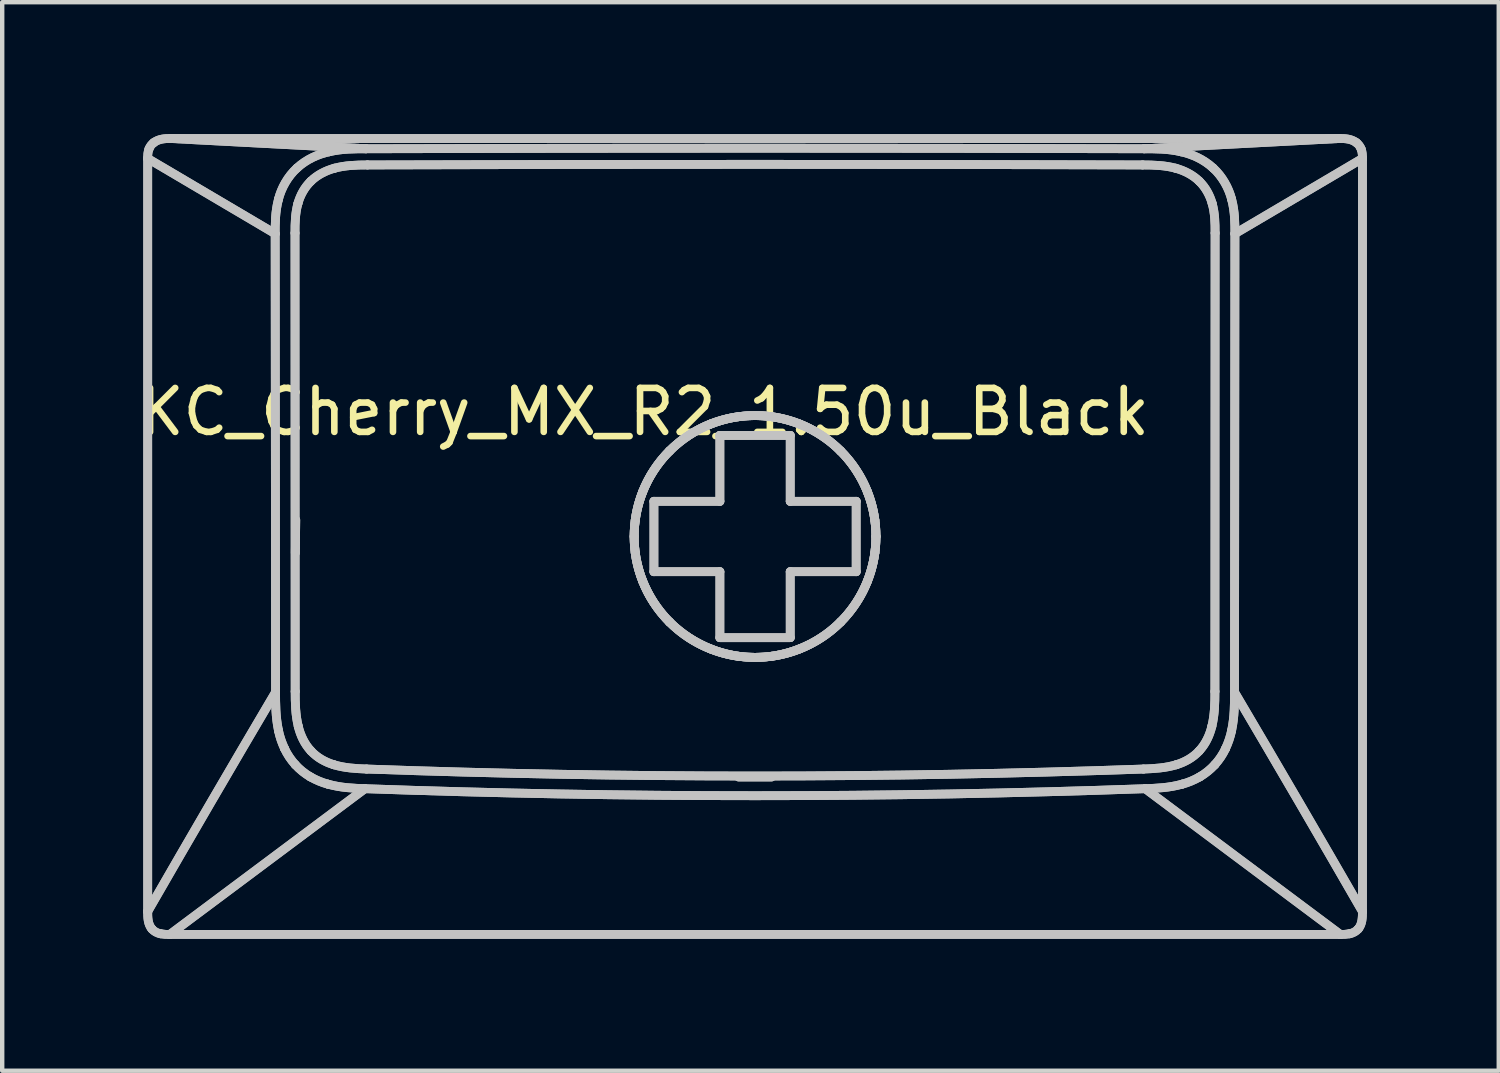
<source format=kicad_pcb>
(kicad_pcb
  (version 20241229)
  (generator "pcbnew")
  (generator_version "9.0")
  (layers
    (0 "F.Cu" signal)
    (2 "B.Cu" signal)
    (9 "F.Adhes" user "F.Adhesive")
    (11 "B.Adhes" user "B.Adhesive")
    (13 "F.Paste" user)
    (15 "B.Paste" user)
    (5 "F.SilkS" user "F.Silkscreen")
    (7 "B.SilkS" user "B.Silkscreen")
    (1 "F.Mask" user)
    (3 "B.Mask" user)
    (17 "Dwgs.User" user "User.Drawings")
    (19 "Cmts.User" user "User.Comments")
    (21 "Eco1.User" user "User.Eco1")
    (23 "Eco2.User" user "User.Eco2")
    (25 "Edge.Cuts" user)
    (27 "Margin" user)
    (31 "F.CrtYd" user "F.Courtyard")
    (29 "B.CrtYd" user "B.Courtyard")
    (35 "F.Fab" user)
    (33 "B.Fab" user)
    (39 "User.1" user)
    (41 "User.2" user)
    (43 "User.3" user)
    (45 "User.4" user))
  (footprint "KC_Cherry_MX_R2_1.50u_Black"
    (layer "F.Cu")
    (at 14.141 9.111)
    (property "Reference" "KC_Cherry_MX_R2_1.50u_Black" (at -2.54 -2.794 0) (layer "F.SilkS") (effects (font (size 1 1) (thickness 0.15))))
    (attr allow_missing_courtyard)
    (fp_line (start -13.832 -8.557) (end -13.832 8.568) (stroke (width 0.2) (type default)) (layer "Dwgs.User"))
    (fp_line (start -13.832 -8.557) (end -13.832 8.568) (stroke (width 0.2) (type default)) (layer "Dwgs.User"))
    (fp_line (start -13.328 9.089) (end 13.288 9.089) (stroke (width 0.2) (type default)) (layer "Dwgs.User"))
    (fp_line (start -13.328 9.089) (end 13.288 9.089) (stroke (width 0.2) (type default)) (layer "Dwgs.User"))
    (fp_line (start -10.933 -6.846) (end -13.832 -8.557) (stroke (width 0.2) (type default)) (layer "Dwgs.User"))
    (fp_line (start -10.933 -6.846) (end -13.832 -8.557) (stroke (width 0.2) (type default)) (layer "Dwgs.User"))
    (fp_line (start -10.924 3.58) (end -10.933 -6.846) (stroke (width 0.2) (type default)) (layer "Dwgs.User"))
    (fp_line (start -10.924 3.58) (end -10.933 -6.846) (stroke (width 0.2) (type default)) (layer "Dwgs.User"))
    (fp_line (start -10.478 3.564) (end -10.482 -6.861) (stroke (width 0.2) (type default)) (layer "Dwgs.User"))
    (fp_line (start -10.478 3.564) (end -10.482 -6.861) (stroke (width 0.2) (type default)) (layer "Dwgs.User"))
    (fp_line (start -10.465 -0.336) (end -10.475 0.414) (stroke (width 0.2) (type default)) (layer "Dwgs.User"))
    (fp_line (start -10.465 -0.336) (end -10.475 0.414) (stroke (width 0.2) (type default)) (layer "Dwgs.User"))
    (fp_line (start -8.892 5.775) (end -13.328 9.089) (stroke (width 0.2) (type default)) (layer "Dwgs.User"))
    (fp_line (start -8.892 5.775) (end -13.328 9.089) (stroke (width 0.2) (type default)) (layer "Dwgs.User"))
    (fp_line (start -8.867 -8.778) (end -13.302 -9.011) (stroke (width 0.2) (type default)) (layer "Dwgs.User"))
    (fp_line (start -8.867 -8.778) (end -13.302 -9.011) (stroke (width 0.2) (type default)) (layer "Dwgs.User"))
    (fp_line (start -2.32 -0.76) (end -0.82 -0.76) (stroke (width 0.2) (type default)) (layer "Dwgs.User"))
    (fp_line (start -2.32 -0.76) (end -0.82 -0.76) (stroke (width 0.2) (type default)) (layer "Dwgs.User"))
    (fp_line (start -2.32 0.84) (end -2.32 -0.76) (stroke (width 0.2) (type default)) (layer "Dwgs.User"))
    (fp_line (start -2.32 0.84) (end -2.32 -0.76) (stroke (width 0.2) (type default)) (layer "Dwgs.User"))
    (fp_line (start -0.82 -2.26) (end 0.78 -2.26) (stroke (width 0.2) (type default)) (layer "Dwgs.User"))
    (fp_line (start -0.82 -2.26) (end 0.78 -2.26) (stroke (width 0.2) (type default)) (layer "Dwgs.User"))
    (fp_line (start -0.82 -0.76) (end -0.82 -2.26) (stroke (width 0.2) (type default)) (layer "Dwgs.User"))
    (fp_line (start -0.82 -0.76) (end -0.82 -2.26) (stroke (width 0.2) (type default)) (layer "Dwgs.User"))
    (fp_line (start -0.82 0.84) (end -2.32 0.84) (stroke (width 0.2) (type default)) (layer "Dwgs.User"))
    (fp_line (start -0.82 0.84) (end -2.32 0.84) (stroke (width 0.2) (type default)) (layer "Dwgs.User"))
    (fp_line (start -0.82 2.34) (end -0.82 0.84) (stroke (width 0.2) (type default)) (layer "Dwgs.User"))
    (fp_line (start -0.82 2.34) (end -0.82 0.84) (stroke (width 0.2) (type default)) (layer "Dwgs.User"))
    (fp_line (start 0.355 5.509) (end -0.395 5.509) (stroke (width 0.2) (type default)) (layer "Dwgs.User"))
    (fp_line (start 0.355 5.509) (end -0.395 5.509) (stroke (width 0.2) (type default)) (layer "Dwgs.User"))
    (fp_line (start 0.78 -2.26) (end 0.78 -0.76) (stroke (width 0.2) (type default)) (layer "Dwgs.User"))
    (fp_line (start 0.78 -2.26) (end 0.78 -0.76) (stroke (width 0.2) (type default)) (layer "Dwgs.User"))
    (fp_line (start 0.78 -0.76) (end 2.28 -0.76) (stroke (width 0.2) (type default)) (layer "Dwgs.User"))
    (fp_line (start 0.78 -0.76) (end 2.28 -0.76) (stroke (width 0.2) (type default)) (layer "Dwgs.User"))
    (fp_line (start 0.78 0.84) (end 0.78 2.34) (stroke (width 0.2) (type default)) (layer "Dwgs.User"))
    (fp_line (start 0.78 0.84) (end 0.78 2.34) (stroke (width 0.2) (type default)) (layer "Dwgs.User"))
    (fp_line (start 0.78 2.34) (end -0.82 2.34) (stroke (width 0.2) (type default)) (layer "Dwgs.User"))
    (fp_line (start 0.78 2.34) (end -0.82 2.34) (stroke (width 0.2) (type default)) (layer "Dwgs.User"))
    (fp_line (start 2.28 -0.76) (end 2.28 0.84) (stroke (width 0.2) (type default)) (layer "Dwgs.User"))
    (fp_line (start 2.28 -0.76) (end 2.28 0.84) (stroke (width 0.2) (type default)) (layer "Dwgs.User"))
    (fp_line (start 2.28 0.84) (end 0.78 0.84) (stroke (width 0.2) (type default)) (layer "Dwgs.User"))
    (fp_line (start 2.28 0.84) (end 0.78 0.84) (stroke (width 0.2) (type default)) (layer "Dwgs.User"))
    (fp_line (start 8.852 5.775) (end 13.288 9.089) (stroke (width 0.2) (type default)) (layer "Dwgs.User"))
    (fp_line (start 8.852 5.775) (end 13.288 9.089) (stroke (width 0.2) (type default)) (layer "Dwgs.User"))
    (fp_line (start 10.442 -6.861) (end 10.438 3.564) (stroke (width 0.2) (type default)) (layer "Dwgs.User"))
    (fp_line (start 10.442 -6.861) (end 10.438 3.564) (stroke (width 0.2) (type default)) (layer "Dwgs.User"))
    (fp_line (start 10.893 -6.846) (end 10.884 3.58) (stroke (width 0.2) (type default)) (layer "Dwgs.User"))
    (fp_line (start 10.893 -6.846) (end 10.884 3.58) (stroke (width 0.2) (type default)) (layer "Dwgs.User"))
    (fp_line (start 13.262 -9.011) (end -13.302 -9.011) (stroke (width 0.2) (type default)) (layer "Dwgs.User"))
    (fp_line (start 13.262 -9.011) (end -13.302 -9.011) (stroke (width 0.2) (type default)) (layer "Dwgs.User"))
    (fp_line (start 13.262 -9.011) (end 8.827 -8.778) (stroke (width 0.2) (type default)) (layer "Dwgs.User"))
    (fp_line (start 13.262 -9.011) (end 8.827 -8.778) (stroke (width 0.2) (type default)) (layer "Dwgs.User"))
    (fp_line (start 13.793 -8.557) (end 10.893 -6.846) (stroke (width 0.2) (type default)) (layer "Dwgs.User"))
    (fp_line (start 13.793 -8.557) (end 10.893 -6.846) (stroke (width 0.2) (type default)) (layer "Dwgs.User"))
    (fp_line (start 13.793 8.568) (end 13.793 -8.557) (stroke (width 0.2) (type default)) (layer "Dwgs.User"))
    (fp_line (start 13.793 8.568) (end 13.793 -8.557) (stroke (width 0.2) (type default)) (layer "Dwgs.User"))
    (fp_curve (pts (xy -13.832 8.568) (xy -13.833 8.703) (xy -13.83 8.853) (xy -13.739 8.962)) (stroke (width 0.2) (type default)) (layer "Dwgs.User"))
    (fp_curve (pts (xy -13.832 8.568) (xy -13.833 8.703) (xy -13.83 8.853) (xy -13.739 8.962)) (stroke (width 0.2) (type default)) (layer "Dwgs.User"))
    (fp_curve (pts (xy -13.802 -8.775) (xy -13.83 -8.706) (xy -13.833 -8.631) (xy -13.832 -8.557)) (stroke (width 0.2) (type default)) (layer "Dwgs.User"))
    (fp_curve (pts (xy -13.802 -8.775) (xy -13.83 -8.706) (xy -13.833 -8.631) (xy -13.832 -8.557)) (stroke (width 0.2) (type default)) (layer "Dwgs.User"))
    (fp_curve (pts (xy -13.739 8.962) (xy -13.689 9.022) (xy -13.616 9.059) (xy -13.54 9.074)) (stroke (width 0.2) (type default)) (layer "Dwgs.User"))
    (fp_curve (pts (xy -13.739 8.962) (xy -13.689 9.022) (xy -13.616 9.059) (xy -13.54 9.074)) (stroke (width 0.2) (type default)) (layer "Dwgs.User"))
    (fp_curve (pts (xy -13.696 -8.916) (xy -13.744 -8.879) (xy -13.78 -8.832) (xy -13.802 -8.775)) (stroke (width 0.2) (type default)) (layer "Dwgs.User"))
    (fp_curve (pts (xy -13.696 -8.916) (xy -13.744 -8.879) (xy -13.78 -8.832) (xy -13.802 -8.775)) (stroke (width 0.2) (type default)) (layer "Dwgs.User"))
    (fp_curve (pts (xy -13.54 9.074) (xy -13.47 9.087) (xy -13.399 9.092) (xy -13.328 9.089)) (stroke (width 0.2) (type default)) (layer "Dwgs.User"))
    (fp_curve (pts (xy -13.54 9.074) (xy -13.47 9.087) (xy -13.399 9.092) (xy -13.328 9.089)) (stroke (width 0.2) (type default)) (layer "Dwgs.User"))
    (fp_curve (pts (xy -13.302 -9.011) (xy -13.437 -9.013) (xy -13.585 -9.003) (xy -13.696 -8.916)) (stroke (width 0.2) (type default)) (layer "Dwgs.User"))
    (fp_curve (pts (xy -13.302 -9.011) (xy -13.437 -9.013) (xy -13.585 -9.003) (xy -13.696 -8.916)) (stroke (width 0.2) (type default)) (layer "Dwgs.User"))
    (fp_curve (pts (xy -10.933 -6.846) (xy -10.932 -7.072) (xy -10.935 -7.338) (xy -10.858 -7.63)) (stroke (width 0.2) (type default)) (layer "Dwgs.User"))
    (fp_curve (pts (xy -10.933 -6.846) (xy -10.932 -7.072) (xy -10.935 -7.338) (xy -10.858 -7.63)) (stroke (width 0.2) (type default)) (layer "Dwgs.User"))
    (fp_curve (pts (xy -10.924 3.58) (xy -11.907 5.244) (xy -12.876 6.907) (xy -13.832 8.568)) (stroke (width 0.2) (type default)) (layer "Dwgs.User"))
    (fp_curve (pts (xy -10.924 3.58) (xy -11.907 5.244) (xy -12.876 6.907) (xy -13.832 8.568)) (stroke (width 0.2) (type default)) (layer "Dwgs.User"))
    (fp_curve (pts (xy -10.858 -7.63) (xy -10.793 -7.883) (xy -10.648 -8.148) (xy -10.439 -8.338)) (stroke (width 0.2) (type default)) (layer "Dwgs.User"))
    (fp_curve (pts (xy -10.858 -7.63) (xy -10.793 -7.883) (xy -10.648 -8.148) (xy -10.439 -8.338)) (stroke (width 0.2) (type default)) (layer "Dwgs.User"))
    (fp_curve (pts (xy -10.857 4.457) (xy -10.925 4.137) (xy -10.923 3.846) (xy -10.924 3.58)) (stroke (width 0.2) (type default)) (layer "Dwgs.User"))
    (fp_curve (pts (xy -10.857 4.457) (xy -10.925 4.137) (xy -10.923 3.846) (xy -10.924 3.58)) (stroke (width 0.2) (type default)) (layer "Dwgs.User"))
    (fp_curve (pts (xy -10.719 4.865) (xy -10.784 4.727) (xy -10.829 4.591) (xy -10.857 4.457)) (stroke (width 0.2) (type default)) (layer "Dwgs.User"))
    (fp_curve (pts (xy -10.719 4.865) (xy -10.784 4.727) (xy -10.829 4.591) (xy -10.857 4.457)) (stroke (width 0.2) (type default)) (layer "Dwgs.User"))
    (fp_curve (pts (xy -10.482 -6.861) (xy -10.483 -7.087) (xy -10.477 -7.317) (xy -10.415 -7.535)) (stroke (width 0.2) (type default)) (layer "Dwgs.User"))
    (fp_curve (pts (xy -10.482 -6.861) (xy -10.483 -7.087) (xy -10.477 -7.317) (xy -10.415 -7.535)) (stroke (width 0.2) (type default)) (layer "Dwgs.User"))
    (fp_curve (pts (xy -10.476 5.229) (xy -10.578 5.115) (xy -10.659 4.994) (xy -10.719 4.865)) (stroke (width 0.2) (type default)) (layer "Dwgs.User"))
    (fp_curve (pts (xy -10.476 5.229) (xy -10.578 5.115) (xy -10.659 4.994) (xy -10.719 4.865)) (stroke (width 0.2) (type default)) (layer "Dwgs.User"))
    (fp_curve (pts (xy -10.439 -8.338) (xy -10.219 -8.542) (xy -9.953 -8.655) (xy -9.705 -8.71)) (stroke (width 0.2) (type default)) (layer "Dwgs.User"))
    (fp_curve (pts (xy -10.439 -8.338) (xy -10.219 -8.542) (xy -9.953 -8.655) (xy -9.705 -8.71)) (stroke (width 0.2) (type default)) (layer "Dwgs.User"))
    (fp_curve (pts (xy -10.415 -7.535) (xy -10.362 -7.724) (xy -10.264 -7.901) (xy -10.124 -8.038)) (stroke (width 0.2) (type default)) (layer "Dwgs.User"))
    (fp_curve (pts (xy -10.415 -7.535) (xy -10.362 -7.724) (xy -10.264 -7.901) (xy -10.124 -8.038)) (stroke (width 0.2) (type default)) (layer "Dwgs.User"))
    (fp_curve (pts (xy -10.408 4.357) (xy -10.472 4.099) (xy -10.478 3.83) (xy -10.478 3.564)) (stroke (width 0.2) (type default)) (layer "Dwgs.User"))
    (fp_curve (pts (xy -10.408 4.357) (xy -10.472 4.099) (xy -10.478 3.83) (xy -10.478 3.564)) (stroke (width 0.2) (type default)) (layer "Dwgs.User"))
    (fp_curve (pts (xy -10.133 5.506) (xy -10.259 5.432) (xy -10.374 5.34) (xy -10.476 5.229)) (stroke (width 0.2) (type default)) (layer "Dwgs.User"))
    (fp_curve (pts (xy -10.133 5.506) (xy -10.259 5.432) (xy -10.374 5.34) (xy -10.476 5.229)) (stroke (width 0.2) (type default)) (layer "Dwgs.User"))
    (fp_curve (pts (xy -10.124 -8.038) (xy -9.976 -8.183) (xy -9.785 -8.28) (xy -9.586 -8.335)) (stroke (width 0.2) (type default)) (layer "Dwgs.User"))
    (fp_curve (pts (xy -10.124 -8.038) (xy -9.976 -8.183) (xy -9.785 -8.28) (xy -9.586 -8.335)) (stroke (width 0.2) (type default)) (layer "Dwgs.User"))
    (fp_curve (pts (xy -10.12 4.916) (xy -10.265 4.761) (xy -10.358 4.563) (xy -10.408 4.357)) (stroke (width 0.2) (type default)) (layer "Dwgs.User"))
    (fp_curve (pts (xy -10.12 4.916) (xy -10.265 4.761) (xy -10.358 4.563) (xy -10.408 4.357)) (stroke (width 0.2) (type default)) (layer "Dwgs.User"))
    (fp_curve (pts (xy -9.737 5.671) (xy -9.868 5.636) (xy -10.001 5.581) (xy -10.133 5.506)) (stroke (width 0.2) (type default)) (layer "Dwgs.User"))
    (fp_curve (pts (xy -9.737 5.671) (xy -9.868 5.636) (xy -10.001 5.581) (xy -10.133 5.506)) (stroke (width 0.2) (type default)) (layer "Dwgs.User"))
    (fp_curve (pts (xy -9.705 -8.71) (xy -9.403 -8.78) (xy -9.119 -8.776) (xy -8.867 -8.778)) (stroke (width 0.2) (type default)) (layer "Dwgs.User"))
    (fp_curve (pts (xy -9.705 -8.71) (xy -9.403 -8.78) (xy -9.119 -8.776) (xy -8.867 -8.778)) (stroke (width 0.2) (type default)) (layer "Dwgs.User"))
    (fp_curve (pts (xy -9.6 5.23) (xy -9.795 5.171) (xy -9.98 5.068) (xy -10.12 4.916)) (stroke (width 0.2) (type default)) (layer "Dwgs.User"))
    (fp_curve (pts (xy -9.6 5.23) (xy -9.795 5.171) (xy -9.98 5.068) (xy -10.12 4.916)) (stroke (width 0.2) (type default)) (layer "Dwgs.User"))
    (fp_curve (pts (xy -9.586 -8.335) (xy -9.343 -8.401) (xy -9.086 -8.41) (xy -8.834 -8.41)) (stroke (width 0.2) (type default)) (layer "Dwgs.User"))
    (fp_curve (pts (xy -9.586 -8.335) (xy -9.343 -8.401) (xy -9.086 -8.41) (xy -8.834 -8.41)) (stroke (width 0.2) (type default)) (layer "Dwgs.User"))
    (fp_curve (pts (xy -8.892 5.775) (xy -9.144 5.765) (xy -9.426 5.758) (xy -9.737 5.671)) (stroke (width 0.2) (type default)) (layer "Dwgs.User"))
    (fp_curve (pts (xy -8.892 5.775) (xy -9.144 5.765) (xy -9.426 5.758) (xy -9.737 5.671)) (stroke (width 0.2) (type default)) (layer "Dwgs.User"))
    (fp_curve (pts (xy -8.867 -8.778) (xy -2.983 -8.795) (xy 2.943 -8.795) (xy 8.827 -8.778)) (stroke (width 0.2) (type default)) (layer "Dwgs.User"))
    (fp_curve (pts (xy -8.867 -8.778) (xy -2.983 -8.795) (xy 2.943 -8.795) (xy 8.827 -8.778)) (stroke (width 0.2) (type default)) (layer "Dwgs.User"))
    (fp_curve (pts (xy -8.854 5.328) (xy -9.105 5.319) (xy -9.358 5.304) (xy -9.6 5.23)) (stroke (width 0.2) (type default)) (layer "Dwgs.User"))
    (fp_curve (pts (xy -8.854 5.328) (xy -9.105 5.319) (xy -9.358 5.304) (xy -9.6 5.23)) (stroke (width 0.2) (type default)) (layer "Dwgs.User"))
    (fp_curve (pts (xy -8.834 -8.41) (xy -2.972 -8.428) (xy 2.932 -8.428) (xy 8.794 -8.41)) (stroke (width 0.2) (type default)) (layer "Dwgs.User"))
    (fp_curve (pts (xy -8.834 -8.41) (xy -2.972 -8.428) (xy 2.932 -8.428) (xy 8.794 -8.41)) (stroke (width 0.2) (type default)) (layer "Dwgs.User"))
    (fp_curve (pts (xy -2.77 0.039) (xy -2.77 0.363) (xy -2.711 0.713) (xy -2.577 1.052)) (stroke (width 0.2) (type default)) (layer "Dwgs.User"))
    (fp_curve (pts (xy -2.77 0.039) (xy -2.77 0.363) (xy -2.711 0.713) (xy -2.577 1.052)) (stroke (width 0.2) (type default)) (layer "Dwgs.User"))
    (fp_curve (pts (xy -2.744 0.414) (xy -2.663 1.005) (xy -2.391 1.557) (xy -1.965 1.984)) (stroke (width 0.2) (type default)) (layer "Dwgs.User"))
    (fp_curve (pts (xy -2.744 0.414) (xy -2.663 1.005) (xy -2.391 1.557) (xy -1.965 1.984)) (stroke (width 0.2) (type default)) (layer "Dwgs.User"))
    (fp_curve (pts (xy -2.744 -0.336) (xy -2.779 -0.086) (xy -2.779 0.164) (xy -2.744 0.414)) (stroke (width 0.2) (type default)) (layer "Dwgs.User"))
    (fp_curve (pts (xy -2.744 -0.336) (xy -2.779 -0.086) (xy -2.779 0.164) (xy -2.744 0.414)) (stroke (width 0.2) (type default)) (layer "Dwgs.User"))
    (fp_curve (pts (xy -2.577 -0.973) (xy -2.711 -0.634) (xy -2.77 -0.284) (xy -2.77 0.039)) (stroke (width 0.2) (type default)) (layer "Dwgs.User"))
    (fp_curve (pts (xy -2.577 -0.973) (xy -2.711 -0.634) (xy -2.77 -0.284) (xy -2.77 0.039)) (stroke (width 0.2) (type default)) (layer "Dwgs.User"))
    (fp_curve (pts (xy -2.577 1.052) (xy -2.444 1.39) (xy -2.234 1.716) (xy -1.965 1.984)) (stroke (width 0.2) (type default)) (layer "Dwgs.User"))
    (fp_curve (pts (xy -2.577 1.052) (xy -2.444 1.39) (xy -2.234 1.716) (xy -1.965 1.984)) (stroke (width 0.2) (type default)) (layer "Dwgs.User"))
    (fp_curve (pts (xy -1.965 -1.905) (xy -2.391 -1.479) (xy -2.663 -0.927) (xy -2.744 -0.336)) (stroke (width 0.2) (type default)) (layer "Dwgs.User"))
    (fp_curve (pts (xy -1.965 -1.905) (xy -2.391 -1.479) (xy -2.663 -0.927) (xy -2.744 -0.336)) (stroke (width 0.2) (type default)) (layer "Dwgs.User"))
    (fp_curve (pts (xy -1.965 -1.905) (xy -2.234 -1.637) (xy -2.444 -1.311) (xy -2.577 -0.973)) (stroke (width 0.2) (type default)) (layer "Dwgs.User"))
    (fp_curve (pts (xy -1.965 -1.905) (xy -2.234 -1.637) (xy -2.444 -1.311) (xy -2.577 -0.973)) (stroke (width 0.2) (type default)) (layer "Dwgs.User"))
    (fp_curve (pts (xy -1.965 1.984) (xy -1.696 2.253) (xy -1.371 2.463) (xy -1.032 2.596)) (stroke (width 0.2) (type default)) (layer "Dwgs.User"))
    (fp_curve (pts (xy -1.965 1.984) (xy -1.696 2.253) (xy -1.371 2.463) (xy -1.032 2.596)) (stroke (width 0.2) (type default)) (layer "Dwgs.User"))
    (fp_curve (pts (xy -1.965 1.984) (xy -1.545 2.406) (xy -0.984 2.684) (xy -0.395 2.764)) (stroke (width 0.2) (type default)) (layer "Dwgs.User"))
    (fp_curve (pts (xy -1.965 1.984) (xy -1.545 2.406) (xy -0.984 2.684) (xy -0.395 2.764)) (stroke (width 0.2) (type default)) (layer "Dwgs.User"))
    (fp_curve (pts (xy -1.032 -2.518) (xy -1.371 -2.384) (xy -1.696 -2.174) (xy -1.965 -1.905)) (stroke (width 0.2) (type default)) (layer "Dwgs.User"))
    (fp_curve (pts (xy -1.032 -2.518) (xy -1.371 -2.384) (xy -1.696 -2.174) (xy -1.965 -1.905)) (stroke (width 0.2) (type default)) (layer "Dwgs.User"))
    (fp_curve (pts (xy -1.032 2.596) (xy -0.693 2.731) (xy -0.344 2.79) (xy -0.02 2.789)) (stroke (width 0.2) (type default)) (layer "Dwgs.User"))
    (fp_curve (pts (xy -1.032 2.596) (xy -0.693 2.731) (xy -0.344 2.79) (xy -0.02 2.789)) (stroke (width 0.2) (type default)) (layer "Dwgs.User"))
    (fp_curve (pts (xy -0.395 -2.685) (xy -0.984 -2.605) (xy -1.545 -2.327) (xy -1.965 -1.905)) (stroke (width 0.2) (type default)) (layer "Dwgs.User"))
    (fp_curve (pts (xy -0.395 -2.685) (xy -0.984 -2.605) (xy -1.545 -2.327) (xy -1.965 -1.905)) (stroke (width 0.2) (type default)) (layer "Dwgs.User"))
    (fp_curve (pts (xy -0.395 -2.685) (xy -0.145 -2.719) (xy 0.105 -2.719) (xy 0.355 -2.685)) (stroke (width 0.2) (type default)) (layer "Dwgs.User"))
    (fp_curve (pts (xy -0.395 -2.685) (xy -0.145 -2.719) (xy 0.105 -2.719) (xy 0.355 -2.685)) (stroke (width 0.2) (type default)) (layer "Dwgs.User"))
    (fp_curve (pts (xy -0.02 -2.711) (xy -0.344 -2.711) (xy -0.693 -2.652) (xy -1.032 -2.518)) (stroke (width 0.2) (type default)) (layer "Dwgs.User"))
    (fp_curve (pts (xy -0.02 -2.711) (xy -0.344 -2.711) (xy -0.693 -2.652) (xy -1.032 -2.518)) (stroke (width 0.2) (type default)) (layer "Dwgs.User"))
    (fp_curve (pts (xy -0.02 2.789) (xy 0.304 2.79) (xy 0.653 2.731) (xy 0.992 2.596)) (stroke (width 0.2) (type default)) (layer "Dwgs.User"))
    (fp_curve (pts (xy -0.02 2.789) (xy 0.304 2.79) (xy 0.653 2.731) (xy 0.992 2.596)) (stroke (width 0.2) (type default)) (layer "Dwgs.User"))
    (fp_curve (pts (xy 0.355 2.764) (xy 0.105 2.798) (xy -0.145 2.798) (xy -0.395 2.764)) (stroke (width 0.2) (type default)) (layer "Dwgs.User"))
    (fp_curve (pts (xy 0.355 2.764) (xy 0.105 2.798) (xy -0.145 2.798) (xy -0.395 2.764)) (stroke (width 0.2) (type default)) (layer "Dwgs.User"))
    (fp_curve (pts (xy 0.355 2.764) (xy 0.944 2.684) (xy 1.505 2.406) (xy 1.925 1.984)) (stroke (width 0.2) (type default)) (layer "Dwgs.User"))
    (fp_curve (pts (xy 0.355 2.764) (xy 0.944 2.684) (xy 1.505 2.406) (xy 1.925 1.984)) (stroke (width 0.2) (type default)) (layer "Dwgs.User"))
    (fp_curve (pts (xy 0.992 -2.518) (xy 0.653 -2.652) (xy 0.304 -2.711) (xy -0.02 -2.711)) (stroke (width 0.2) (type default)) (layer "Dwgs.User"))
    (fp_curve (pts (xy 0.992 -2.518) (xy 0.653 -2.652) (xy 0.304 -2.711) (xy -0.02 -2.711)) (stroke (width 0.2) (type default)) (layer "Dwgs.User"))
    (fp_curve (pts (xy 0.992 2.596) (xy 1.331 2.463) (xy 1.656 2.253) (xy 1.925 1.984)) (stroke (width 0.2) (type default)) (layer "Dwgs.User"))
    (fp_curve (pts (xy 0.992 2.596) (xy 1.331 2.463) (xy 1.656 2.253) (xy 1.925 1.984)) (stroke (width 0.2) (type default)) (layer "Dwgs.User"))
    (fp_curve (pts (xy 1.925 -1.905) (xy 1.505 -2.327) (xy 0.944 -2.605) (xy 0.355 -2.685)) (stroke (width 0.2) (type default)) (layer "Dwgs.User"))
    (fp_curve (pts (xy 1.925 -1.905) (xy 1.505 -2.327) (xy 0.944 -2.605) (xy 0.355 -2.685)) (stroke (width 0.2) (type default)) (layer "Dwgs.User"))
    (fp_curve (pts (xy 1.925 -1.905) (xy 1.656 -2.174) (xy 1.331 -2.384) (xy 0.992 -2.518)) (stroke (width 0.2) (type default)) (layer "Dwgs.User"))
    (fp_curve (pts (xy 1.925 -1.905) (xy 1.656 -2.174) (xy 1.331 -2.384) (xy 0.992 -2.518)) (stroke (width 0.2) (type default)) (layer "Dwgs.User"))
    (fp_curve (pts (xy 1.925 1.984) (xy 2.194 1.716) (xy 2.404 1.39) (xy 2.537 1.052)) (stroke (width 0.2) (type default)) (layer "Dwgs.User"))
    (fp_curve (pts (xy 1.925 1.984) (xy 2.194 1.716) (xy 2.404 1.39) (xy 2.537 1.052)) (stroke (width 0.2) (type default)) (layer "Dwgs.User"))
    (fp_curve (pts (xy 1.925 1.984) (xy 2.351 1.557) (xy 2.623 1.005) (xy 2.704 0.414)) (stroke (width 0.2) (type default)) (layer "Dwgs.User"))
    (fp_curve (pts (xy 1.925 1.984) (xy 2.351 1.557) (xy 2.623 1.005) (xy 2.704 0.414)) (stroke (width 0.2) (type default)) (layer "Dwgs.User"))
    (fp_curve (pts (xy 2.537 -0.973) (xy 2.404 -1.311) (xy 2.194 -1.637) (xy 1.925 -1.905)) (stroke (width 0.2) (type default)) (layer "Dwgs.User"))
    (fp_curve (pts (xy 2.537 -0.973) (xy 2.404 -1.311) (xy 2.194 -1.637) (xy 1.925 -1.905)) (stroke (width 0.2) (type default)) (layer "Dwgs.User"))
    (fp_curve (pts (xy 2.537 1.052) (xy 2.671 0.713) (xy 2.73 0.363) (xy 2.73 0.039)) (stroke (width 0.2) (type default)) (layer "Dwgs.User"))
    (fp_curve (pts (xy 2.537 1.052) (xy 2.671 0.713) (xy 2.73 0.363) (xy 2.73 0.039)) (stroke (width 0.2) (type default)) (layer "Dwgs.User"))
    (fp_curve (pts (xy 2.704 -0.336) (xy 2.721 -0.212) (xy 2.73 -0.086) (xy 2.73 0.039)) (stroke (width 0.2) (type default)) (layer "Dwgs.User"))
    (fp_curve (pts (xy 2.704 -0.336) (xy 2.721 -0.212) (xy 2.73 -0.086) (xy 2.73 0.039)) (stroke (width 0.2) (type default)) (layer "Dwgs.User"))
    (fp_curve (pts (xy 2.704 -0.336) (xy 2.623 -0.927) (xy 2.351 -1.479) (xy 1.925 -1.905)) (stroke (width 0.2) (type default)) (layer "Dwgs.User"))
    (fp_curve (pts (xy 2.704 -0.336) (xy 2.623 -0.927) (xy 2.351 -1.479) (xy 1.925 -1.905)) (stroke (width 0.2) (type default)) (layer "Dwgs.User"))
    (fp_curve (pts (xy 2.73 0.039) (xy 2.73 -0.284) (xy 2.671 -0.634) (xy 2.537 -0.973)) (stroke (width 0.2) (type default)) (layer "Dwgs.User"))
    (fp_curve (pts (xy 2.73 0.039) (xy 2.73 -0.284) (xy 2.671 -0.634) (xy 2.537 -0.973)) (stroke (width 0.2) (type default)) (layer "Dwgs.User"))
    (fp_curve (pts (xy 2.73 0.039) (xy 2.73 0.165) (xy 2.721 0.29) (xy 2.704 0.414)) (stroke (width 0.2) (type default)) (layer "Dwgs.User"))
    (fp_curve (pts (xy 2.73 0.039) (xy 2.73 0.165) (xy 2.721 0.29) (xy 2.704 0.414)) (stroke (width 0.2) (type default)) (layer "Dwgs.User"))
    (fp_curve (pts (xy 8.794 -8.41) (xy 9.046 -8.41) (xy 9.303 -8.401) (xy 9.546 -8.335)) (stroke (width 0.2) (type default)) (layer "Dwgs.User"))
    (fp_curve (pts (xy 8.794 -8.41) (xy 9.046 -8.41) (xy 9.303 -8.401) (xy 9.546 -8.335)) (stroke (width 0.2) (type default)) (layer "Dwgs.User"))
    (fp_curve (pts (xy 8.814 5.328) (xy 2.94 5.54) (xy -2.98 5.54) (xy -8.854 5.328)) (stroke (width 0.2) (type default)) (layer "Dwgs.User"))
    (fp_curve (pts (xy 8.814 5.328) (xy 2.94 5.54) (xy -2.98 5.54) (xy -8.854 5.328)) (stroke (width 0.2) (type default)) (layer "Dwgs.User"))
    (fp_curve (pts (xy 8.827 -8.778) (xy 9.079 -8.776) (xy 9.363 -8.78) (xy 9.665 -8.71)) (stroke (width 0.2) (type default)) (layer "Dwgs.User"))
    (fp_curve (pts (xy 8.827 -8.778) (xy 9.079 -8.776) (xy 9.363 -8.78) (xy 9.665 -8.71)) (stroke (width 0.2) (type default)) (layer "Dwgs.User"))
    (fp_curve (pts (xy 8.852 5.775) (xy 2.953 5.988) (xy -2.993 5.988) (xy -8.892 5.775)) (stroke (width 0.2) (type default)) (layer "Dwgs.User"))
    (fp_curve (pts (xy 8.852 5.775) (xy 2.953 5.988) (xy -2.993 5.988) (xy -8.892 5.775)) (stroke (width 0.2) (type default)) (layer "Dwgs.User"))
    (fp_curve (pts (xy 9.546 -8.335) (xy 9.745 -8.28) (xy 9.936 -8.183) (xy 10.084 -8.038)) (stroke (width 0.2) (type default)) (layer "Dwgs.User"))
    (fp_curve (pts (xy 9.546 -8.335) (xy 9.745 -8.28) (xy 9.936 -8.183) (xy 10.084 -8.038)) (stroke (width 0.2) (type default)) (layer "Dwgs.User"))
    (fp_curve (pts (xy 9.56 5.23) (xy 9.318 5.304) (xy 9.065 5.319) (xy 8.814 5.328)) (stroke (width 0.2) (type default)) (layer "Dwgs.User"))
    (fp_curve (pts (xy 9.56 5.23) (xy 9.318 5.304) (xy 9.065 5.319) (xy 8.814 5.328)) (stroke (width 0.2) (type default)) (layer "Dwgs.User"))
    (fp_curve (pts (xy 9.665 -8.71) (xy 9.913 -8.655) (xy 10.179 -8.542) (xy 10.399 -8.338)) (stroke (width 0.2) (type default)) (layer "Dwgs.User"))
    (fp_curve (pts (xy 9.665 -8.71) (xy 9.913 -8.655) (xy 10.179 -8.542) (xy 10.399 -8.338)) (stroke (width 0.2) (type default)) (layer "Dwgs.User"))
    (fp_curve (pts (xy 9.697 5.671) (xy 9.386 5.758) (xy 9.104 5.765) (xy 8.852 5.775)) (stroke (width 0.2) (type default)) (layer "Dwgs.User"))
    (fp_curve (pts (xy 9.697 5.671) (xy 9.386 5.758) (xy 9.104 5.765) (xy 8.852 5.775)) (stroke (width 0.2) (type default)) (layer "Dwgs.User"))
    (fp_curve (pts (xy 10.08 4.916) (xy 9.94 5.068) (xy 9.755 5.171) (xy 9.56 5.23)) (stroke (width 0.2) (type default)) (layer "Dwgs.User"))
    (fp_curve (pts (xy 10.08 4.916) (xy 9.94 5.068) (xy 9.755 5.171) (xy 9.56 5.23)) (stroke (width 0.2) (type default)) (layer "Dwgs.User"))
    (fp_curve (pts (xy 10.084 -8.038) (xy 10.224 -7.901) (xy 10.322 -7.724) (xy 10.375 -7.535)) (stroke (width 0.2) (type default)) (layer "Dwgs.User"))
    (fp_curve (pts (xy 10.084 -8.038) (xy 10.224 -7.901) (xy 10.322 -7.724) (xy 10.375 -7.535)) (stroke (width 0.2) (type default)) (layer "Dwgs.User"))
    (fp_curve (pts (xy 10.093 5.506) (xy 9.961 5.581) (xy 9.828 5.636) (xy 9.697 5.671)) (stroke (width 0.2) (type default)) (layer "Dwgs.User"))
    (fp_curve (pts (xy 10.093 5.506) (xy 9.961 5.581) (xy 9.828 5.636) (xy 9.697 5.671)) (stroke (width 0.2) (type default)) (layer "Dwgs.User"))
    (fp_curve (pts (xy 10.368 4.357) (xy 10.318 4.563) (xy 10.225 4.761) (xy 10.08 4.916)) (stroke (width 0.2) (type default)) (layer "Dwgs.User"))
    (fp_curve (pts (xy 10.368 4.357) (xy 10.318 4.563) (xy 10.225 4.761) (xy 10.08 4.916)) (stroke (width 0.2) (type default)) (layer "Dwgs.User"))
    (fp_curve (pts (xy 10.375 -7.535) (xy 10.437 -7.317) (xy 10.443 -7.087) (xy 10.442 -6.861)) (stroke (width 0.2) (type default)) (layer "Dwgs.User"))
    (fp_curve (pts (xy 10.375 -7.535) (xy 10.437 -7.317) (xy 10.443 -7.087) (xy 10.442 -6.861)) (stroke (width 0.2) (type default)) (layer "Dwgs.User"))
    (fp_curve (pts (xy 10.399 -8.338) (xy 10.608 -8.148) (xy 10.753 -7.883) (xy 10.818 -7.63)) (stroke (width 0.2) (type default)) (layer "Dwgs.User"))
    (fp_curve (pts (xy 10.399 -8.338) (xy 10.608 -8.148) (xy 10.753 -7.883) (xy 10.818 -7.63)) (stroke (width 0.2) (type default)) (layer "Dwgs.User"))
    (fp_curve (pts (xy 10.436 5.229) (xy 10.334 5.34) (xy 10.219 5.432) (xy 10.093 5.506)) (stroke (width 0.2) (type default)) (layer "Dwgs.User"))
    (fp_curve (pts (xy 10.436 5.229) (xy 10.334 5.34) (xy 10.219 5.432) (xy 10.093 5.506)) (stroke (width 0.2) (type default)) (layer "Dwgs.User"))
    (fp_curve (pts (xy 10.438 3.564) (xy 10.438 3.83) (xy 10.432 4.099) (xy 10.368 4.357)) (stroke (width 0.2) (type default)) (layer "Dwgs.User"))
    (fp_curve (pts (xy 10.438 3.564) (xy 10.438 3.83) (xy 10.432 4.099) (xy 10.368 4.357)) (stroke (width 0.2) (type default)) (layer "Dwgs.User"))
    (fp_curve (pts (xy 10.679 4.865) (xy 10.619 4.994) (xy 10.538 5.115) (xy 10.436 5.229)) (stroke (width 0.2) (type default)) (layer "Dwgs.User"))
    (fp_curve (pts (xy 10.679 4.865) (xy 10.619 4.994) (xy 10.538 5.115) (xy 10.436 5.229)) (stroke (width 0.2) (type default)) (layer "Dwgs.User"))
    (fp_curve (pts (xy 10.817 4.457) (xy 10.789 4.591) (xy 10.744 4.727) (xy 10.679 4.865)) (stroke (width 0.2) (type default)) (layer "Dwgs.User"))
    (fp_curve (pts (xy 10.817 4.457) (xy 10.789 4.591) (xy 10.744 4.727) (xy 10.679 4.865)) (stroke (width 0.2) (type default)) (layer "Dwgs.User"))
    (fp_curve (pts (xy 10.818 -7.63) (xy 10.895 -7.338) (xy 10.892 -7.072) (xy 10.893 -6.846)) (stroke (width 0.2) (type default)) (layer "Dwgs.User"))
    (fp_curve (pts (xy 10.818 -7.63) (xy 10.895 -7.338) (xy 10.892 -7.072) (xy 10.893 -6.846)) (stroke (width 0.2) (type default)) (layer "Dwgs.User"))
    (fp_curve (pts (xy 10.884 3.58) (xy 10.883 3.846) (xy 10.885 4.137) (xy 10.817 4.457)) (stroke (width 0.2) (type default)) (layer "Dwgs.User"))
    (fp_curve (pts (xy 10.884 3.58) (xy 10.883 3.846) (xy 10.885 4.137) (xy 10.817 4.457)) (stroke (width 0.2) (type default)) (layer "Dwgs.User"))
    (fp_curve (pts (xy 10.884 3.58) (xy 11.867 5.244) (xy 12.836 6.907) (xy 13.793 8.568)) (stroke (width 0.2) (type default)) (layer "Dwgs.User"))
    (fp_curve (pts (xy 10.884 3.58) (xy 11.867 5.244) (xy 12.836 6.907) (xy 13.793 8.568)) (stroke (width 0.2) (type default)) (layer "Dwgs.User"))
    (fp_curve (pts (xy 13.288 9.089) (xy 13.359 9.092) (xy 13.43 9.087) (xy 13.5 9.074)) (stroke (width 0.2) (type default)) (layer "Dwgs.User"))
    (fp_curve (pts (xy 13.288 9.089) (xy 13.359 9.092) (xy 13.43 9.087) (xy 13.5 9.074)) (stroke (width 0.2) (type default)) (layer "Dwgs.User"))
    (fp_curve (pts (xy 13.5 9.074) (xy 13.576 9.059) (xy 13.649 9.022) (xy 13.699 8.962)) (stroke (width 0.2) (type default)) (layer "Dwgs.User"))
    (fp_curve (pts (xy 13.5 9.074) (xy 13.576 9.059) (xy 13.649 9.022) (xy 13.699 8.962)) (stroke (width 0.2) (type default)) (layer "Dwgs.User"))
    (fp_curve (pts (xy 13.656 -8.916) (xy 13.545 -9.003) (xy 13.397 -9.013) (xy 13.262 -9.011)) (stroke (width 0.2) (type default)) (layer "Dwgs.User"))
    (fp_curve (pts (xy 13.656 -8.916) (xy 13.545 -9.003) (xy 13.397 -9.013) (xy 13.262 -9.011)) (stroke (width 0.2) (type default)) (layer "Dwgs.User"))
    (fp_curve (pts (xy 13.699 8.962) (xy 13.79 8.853) (xy 13.793 8.703) (xy 13.793 8.568)) (stroke (width 0.2) (type default)) (layer "Dwgs.User"))
    (fp_curve (pts (xy 13.699 8.962) (xy 13.79 8.853) (xy 13.793 8.703) (xy 13.793 8.568)) (stroke (width 0.2) (type default)) (layer "Dwgs.User"))
    (fp_curve (pts (xy 13.762 -8.775) (xy 13.74 -8.832) (xy 13.704 -8.879) (xy 13.656 -8.916)) (stroke (width 0.2) (type default)) (layer "Dwgs.User"))
    (fp_curve (pts (xy 13.762 -8.775) (xy 13.74 -8.832) (xy 13.704 -8.879) (xy 13.656 -8.916)) (stroke (width 0.2) (type default)) (layer "Dwgs.User"))
    (fp_curve (pts (xy 13.793 -8.557) (xy 13.793 -8.631) (xy 13.79 -8.706) (xy 13.762 -8.775)) (stroke (width 0.2) (type default)) (layer "Dwgs.User"))
    (fp_curve (pts (xy 13.793 -8.557) (xy 13.793 -8.631) (xy 13.79 -8.706) (xy 13.762 -8.775)) (stroke (width 0.2) (type default)) (layer "Dwgs.User")))
  (gr_rect
    (start -3 -3)
    (end 31.034 21.3)
    (stroke (width 0.1) (type default))
    (fill no)
    (layer "Edge.Cuts")))
</source>
